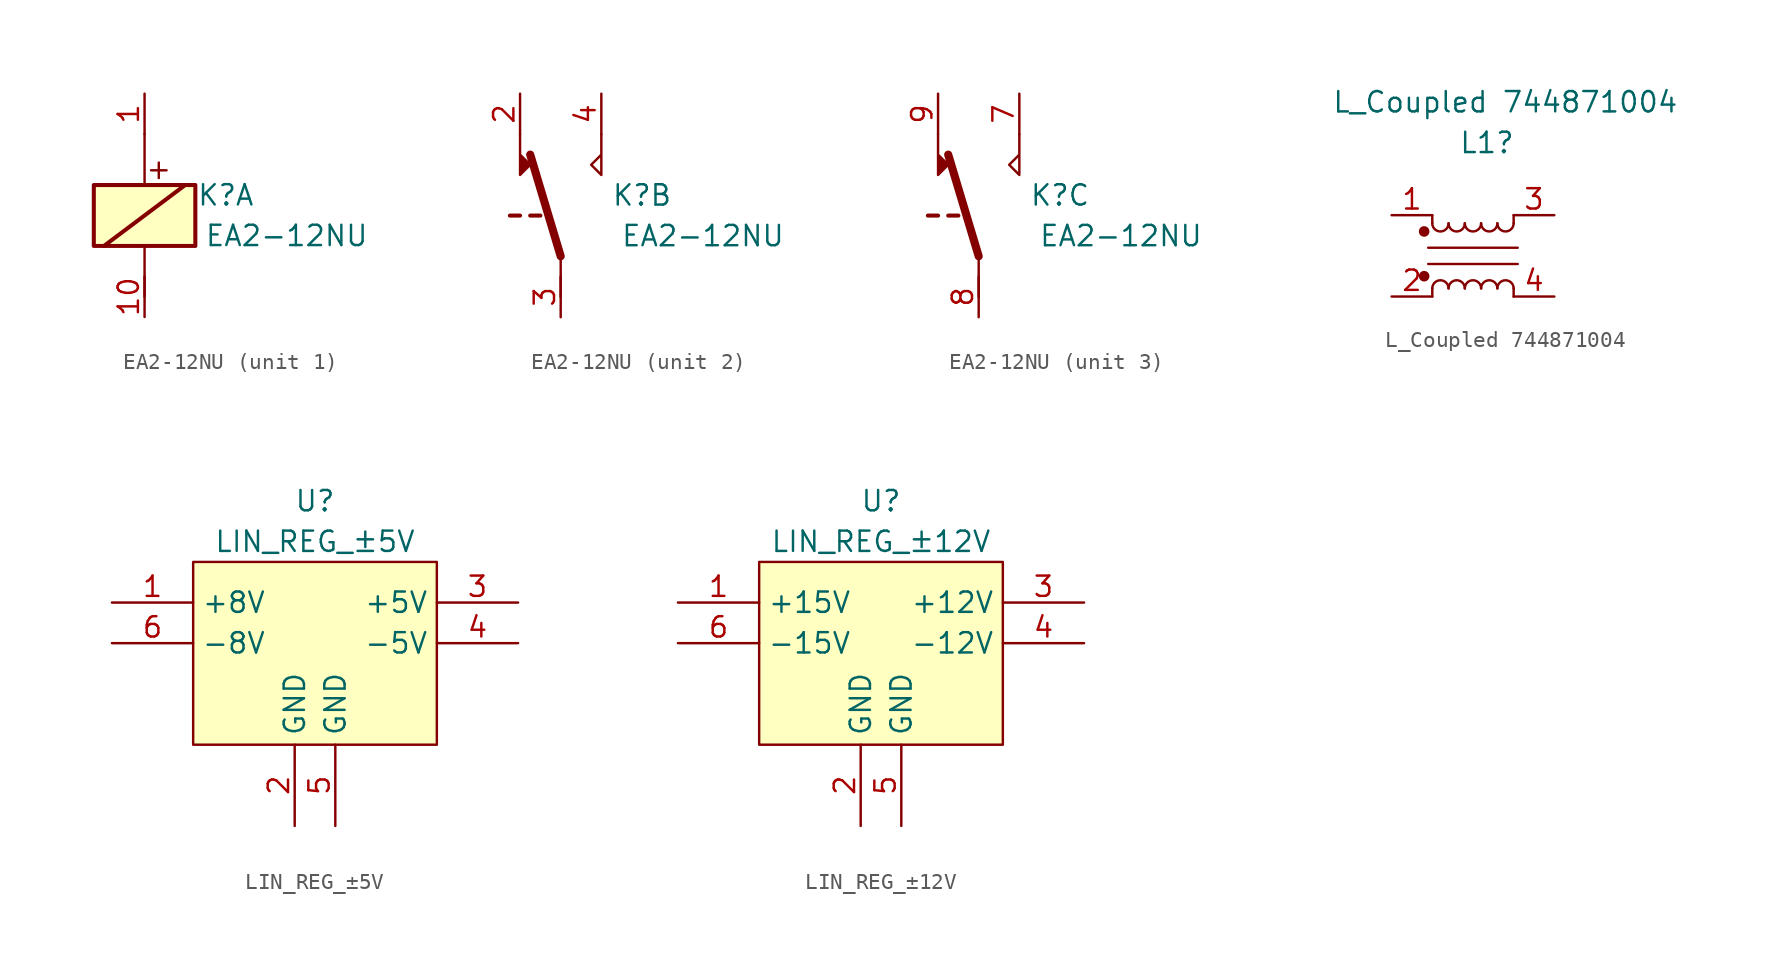
<source format=kicad_sym>
(kicad_symbol_lib
  (version 20220914)
  (generator kicad_symbol_editor)
  (symbol "EA2-12NU"
    (pin_names
      (offset 1.016))
    (property "Reference" "K"
      (at 5.08 1.27 0)
      (effects (font (size 1.27 1.27))))
    (property "Value" "EA2-12NU"
      (at 8.89 -1.27 0)
      (effects (font (size 1.27 1.27))))
    (symbol "EA2-12NU_1_0"
      (text "+" (at 0.889 2.921 0) (effects (font (size 1.27 1.27)))))
    (symbol "EA2-12NU_1_1"
      (rectangle (start -3.175 1.905) (end 3.175 -1.905) (stroke (width 0.254) (type default)) (fill (type background)))
      (polyline (pts (xy -2.54 -1.905) (xy 2.54 1.905)) (stroke (width 0.254) (type default)) (fill (type none)))
      (polyline (pts (xy 0 -5.08) (xy 0 -1.905)) (stroke (width 0) (type default)) (fill (type none)))
      (polyline (pts (xy 0 5.08) (xy 0 1.905)) (stroke (width 0) (type default)) (fill (type none)))
      (pin passive line (at 0 7.62 270) (length 2.54) (name "~" (effects (font (size 1.27 1.27)))) (number "1" (effects (font (size 1.27 1.27)))))
      (pin passive line (at 0 -6.35 90) (length 2.54) (name "~" (effects (font (size 1.27 1.27)))) (number "10" (effects (font (size 1.27 1.27))))))
    (symbol "EA2-12NU_2_1"
      (polyline (pts (xy -3.175 0) (xy -2.54 0)) (stroke (width 0.254) (type default)) (fill (type none)))
      (polyline (pts (xy -1.905 0) (xy -1.27 0)) (stroke (width 0.254) (type default)) (fill (type none)))
      (polyline (pts (xy 0 -2.54) (xy -1.905 3.81)) (stroke (width 0.508) (type default)) (fill (type none)))
      (polyline (pts (xy 0 -2.54) (xy 0 -5.08)) (stroke (width 0) (type default)) (fill (type none)))
      (polyline (pts (xy -2.54 5.08) (xy -2.54 2.54) (xy -1.905 3.175) (xy -2.54 3.81)) (stroke (width 0) (type default)) (fill (type outline)))
      (polyline (pts (xy 2.54 5.08) (xy 2.54 2.54) (xy 1.905 3.175) (xy 2.54 3.81)) (stroke (width 0) (type default)) (fill (type none)))
      (pin passive line (at -2.54 7.62 270) (length 2.54) (name "~" (effects (font (size 1.27 1.27)))) (number "2" (effects (font (size 1.27 1.27)))))
      (pin passive line (at 0 -6.35 90) (length 2.54) (name "~" (effects (font (size 1.27 1.27)))) (number "3" (effects (font (size 1.27 1.27)))))
      (pin passive line (at 2.54 7.62 270) (length 2.54) (name "~" (effects (font (size 1.27 1.27)))) (number "4" (effects (font (size 1.27 1.27))))))
    (symbol "EA2-12NU_3_1"
      (polyline (pts (xy -3.175 0) (xy -2.54 0)) (stroke (width 0.254) (type default)) (fill (type none)))
      (polyline (pts (xy -1.905 0) (xy -1.27 0)) (stroke (width 0.254) (type default)) (fill (type none)))
      (polyline (pts (xy 0 -2.54) (xy -1.905 3.81)) (stroke (width 0.508) (type default)) (fill (type none)))
      (polyline (pts (xy 0 -2.54) (xy 0 -5.08)) (stroke (width 0) (type default)) (fill (type none)))
      (polyline (pts (xy -2.54 5.08) (xy -2.54 2.54) (xy -1.905 3.175) (xy -2.54 3.81)) (stroke (width 0) (type default)) (fill (type outline)))
      (polyline (pts (xy 2.54 5.08) (xy 2.54 2.54) (xy 1.905 3.175) (xy 2.54 3.81)) (stroke (width 0) (type default)) (fill (type none)))
      (pin passive line (at 2.54 7.62 270) (length 2.54) (name "~" (effects (font (size 1.27 1.27)))) (number "7" (effects (font (size 1.27 1.27)))))
      (pin passive line (at 0 -6.35 90) (length 2.54) (name "~" (effects (font (size 1.27 1.27)))) (number "8" (effects (font (size 1.27 1.27)))))
      (pin passive line (at -2.54 7.62 270) (length 2.54) (name "~" (effects (font (size 1.27 1.27)))) (number "9" (effects (font (size 1.27 1.27)))))))
  (symbol "L_Coupled 744871004"
    (pin_names
      (offset 0.254) hide)
    (property "Reference" "L1"
      (at -0.889 7.061 0)
      (effects (font (size 1.27 1.27)) (justify left)))
    (property "Value" "L_Coupled 744871004"
      (at -8.814 9.601 0)
      (effects (font (size 1.27 1.27)) (justify left)))
    (symbol "L_Coupled 744871004_0_1"
      (circle (center -3.048 -1.27) (radius 0.254) (stroke (width 0) (type default)) (fill (type outline)))
      (circle (center -3.048 1.524) (radius 0.254) (stroke (width 0) (type default)) (fill (type outline)))
      (arc (start -2.54 2.032) (mid -2.032 1.5262) (end -1.524 2.032) (stroke (width 0) (type default)) (fill (type none)))
      (arc (start -1.524 -2.032) (mid -2.032 -1.5262) (end -2.54 -2.032) (stroke (width 0) (type default)) (fill (type none)))
      (arc (start -1.524 2.032) (mid -1.016 1.5262) (end -0.508 2.032) (stroke (width 0) (type default)) (fill (type none)))
      (arc (start -0.508 -2.032) (mid -1.016 -1.5262) (end -1.524 -2.032) (stroke (width 0) (type default)) (fill (type none)))
      (arc (start -0.508 2.032) (mid 0 1.5262) (end 0.508 2.032) (stroke (width 0) (type default)) (fill (type none)))
      (polyline (pts (xy -2.794 -0.508) (xy 2.794 -0.508)) (stroke (width 0) (type default)) (fill (type none)))
      (polyline (pts (xy -2.794 0.508) (xy 2.794 0.508)) (stroke (width 0) (type default)) (fill (type none)))
      (polyline (pts (xy -2.54 -2.032) (xy -2.54 -2.54)) (stroke (width 0) (type default)) (fill (type none)))
      (polyline (pts (xy -2.54 2.032) (xy -2.54 2.54)) (stroke (width 0) (type default)) (fill (type none)))
      (polyline (pts (xy 2.54 -2.032) (xy 2.54 -2.54)) (stroke (width 0) (type default)) (fill (type none)))
      (polyline (pts (xy 2.54 2.54) (xy 2.54 2.032)) (stroke (width 0) (type default)) (fill (type none)))
      (arc (start 0.508 -2.032) (mid 0 -1.5262) (end -0.508 -2.032) (stroke (width 0) (type default)) (fill (type none)))
      (arc (start 0.508 2.032) (mid 1.016 1.5262) (end 1.524 2.032) (stroke (width 0) (type default)) (fill (type none)))
      (arc (start 1.524 -2.032) (mid 1.016 -1.5262) (end 0.508 -2.032) (stroke (width 0) (type default)) (fill (type none)))
      (arc (start 1.524 2.032) (mid 2.032 1.5262) (end 2.54 2.032) (stroke (width 0) (type default)) (fill (type none)))
      (arc (start 2.54 -2.032) (mid 2.032 -1.5262) (end 1.524 -2.032) (stroke (width 0) (type default)) (fill (type none))))
    (symbol "L_Coupled 744871004_1_1"
      (pin passive line (at -5.08 2.54 0) (length 2.54) (name "1" (effects (font (size 1.27 1.27)))) (number "1" (effects (font (size 1.27 1.27)))))
      (pin passive line (at -5.08 -2.54 0) (length 2.54) (name "2" (effects (font (size 1.27 1.27)))) (number "2" (effects (font (size 1.27 1.27)))))
      (pin passive line (at 5.08 2.54 180) (length 2.54) (name "3" (effects (font (size 1.27 1.27)))) (number "3" (effects (font (size 1.27 1.27)))))
      (pin passive line (at 5.08 -2.54 180) (length 2.54) (name "4" (effects (font (size 1.27 1.27)))) (number "4" (effects (font (size 1.27 1.27)))))))
  (symbol "LIN_REG_±5V"
    (property "Reference" "U"
      (at 0 10.16 0)
      (effects (font (size 1.27 1.27))))
    (property "Value" "LIN_REG_±5V"
      (at 0 7.62 0)
      (effects (font (size 1.27 1.27))))
    (symbol "LIN_REG_±5V_1_1"
      (rectangle (start -7.62 6.35) (end 7.62 -5.08) (stroke (width 0) (type default)) (fill (type background)))
      (pin power_in line (at -12.7 3.81 0) (length 5.08) (name "+8V" (effects (font (size 1.27 1.27)))) (number "1" (effects (font (size 1.27 1.27)))))
      (pin power_in line (at -1.27 -10.16 90) (length 5.08) (name "GND" (effects (font (size 1.27 1.27)))) (number "2" (effects (font (size 1.27 1.27)))))
      (pin power_out line (at 12.7 3.81 180) (length 5.08) (name "+5V" (effects (font (size 1.27 1.27)))) (number "3" (effects (font (size 1.27 1.27)))))
      (pin power_out line (at 12.7 1.27 180) (length 5.08) (name "-5V" (effects (font (size 1.27 1.27)))) (number "4" (effects (font (size 1.27 1.27)))))
      (pin power_in line (at 1.27 -10.16 90) (length 5.08) (name "GND" (effects (font (size 1.27 1.27)))) (number "5" (effects (font (size 1.27 1.27)))))
      (pin power_in line (at -12.7 1.27 0) (length 5.08) (name "-8V" (effects (font (size 1.27 1.27)))) (number "6" (effects (font (size 1.27 1.27)))))))
  (symbol "LIN_REG_±12V"
    (property "Reference" "U"
      (at 0 10.16 0)
      (effects (font (size 1.27 1.27))))
    (property "Value" "LIN_REG_±12V"
      (at 0 7.62 0)
      (effects (font (size 1.27 1.27))))
    (symbol "LIN_REG_±12V_1_1"
      (rectangle (start -7.62 6.35) (end 7.62 -5.08) (stroke (width 0) (type default)) (fill (type background)))
      (pin power_in line (at -12.7 3.81 0) (length 5.08) (name "+15V" (effects (font (size 1.27 1.27)))) (number "1" (effects (font (size 1.27 1.27)))))
      (pin power_in line (at -1.27 -10.16 90) (length 5.08) (name "GND" (effects (font (size 1.27 1.27)))) (number "2" (effects (font (size 1.27 1.27)))))
      (pin power_out line (at 12.7 3.81 180) (length 5.08) (name "+12V" (effects (font (size 1.27 1.27)))) (number "3" (effects (font (size 1.27 1.27)))))
      (pin power_out line (at 12.7 1.27 180) (length 5.08) (name "-12V" (effects (font (size 1.27 1.27)))) (number "4" (effects (font (size 1.27 1.27)))))
      (pin power_in line (at 1.27 -10.16 90) (length 5.08) (name "GND" (effects (font (size 1.27 1.27)))) (number "5" (effects (font (size 1.27 1.27)))))
      (pin power_in line (at -12.7 1.27 0) (length 5.08) (name "-15V" (effects (font (size 1.27 1.27)))) (number "6" (effects (font (size 1.27 1.27))))))))
</source>
